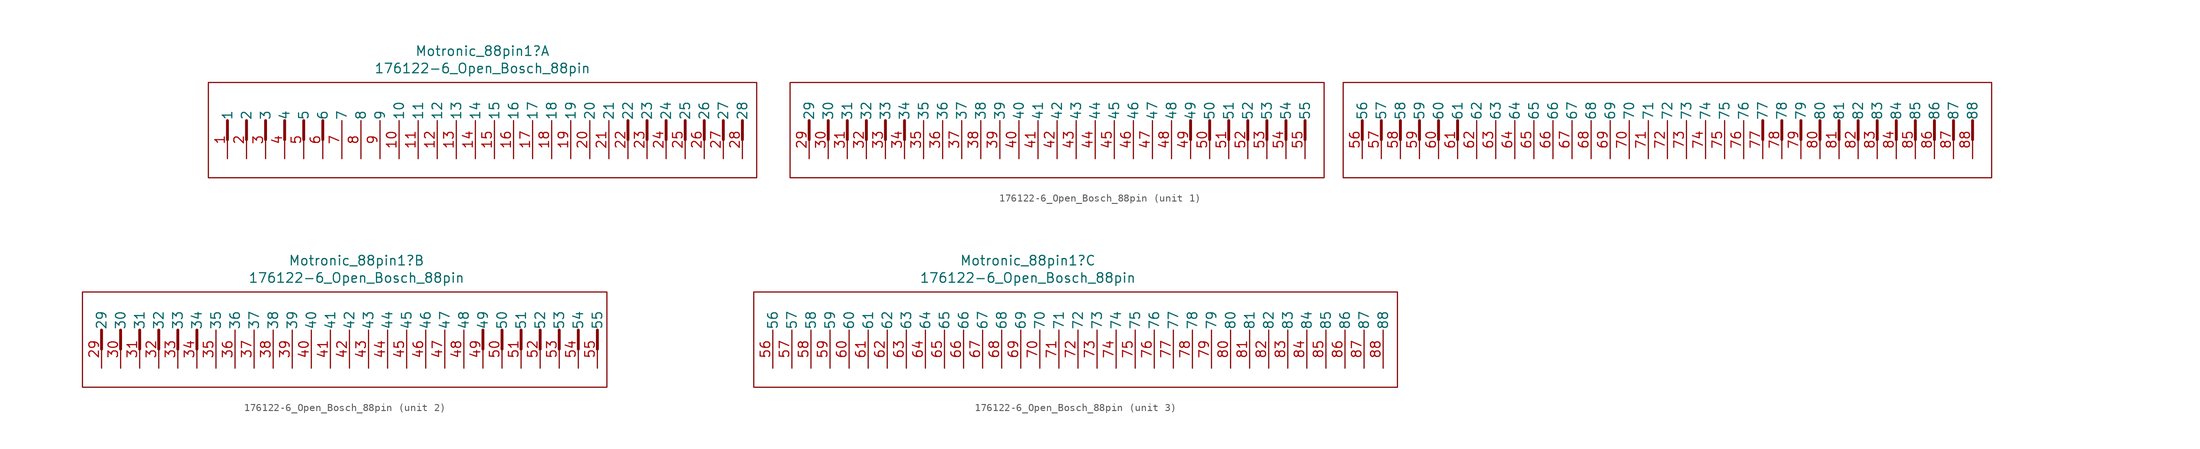
<source format=kicad_sym>
(kicad_symbol_lib
  (version 20211014)
  (generator kicad_symbol_editor)
  (symbol "176122-6_Open_Bosch_88pin"
    (pin_names
      (offset 0.025))
    (property "Reference" "Motronic_88pin1"
      (at 33.96 14.351 0)
      (effects (font (size 1.27 1.27))))
    (property "Value" "176122-6_Open_Bosch_88pin"
      (at 33.96 12.04 0)
      (effects (font (size 1.27 1.27))))
    (symbol "176122-6_Open_Bosch_88pin_1_0"
      (rectangle (start 70.485 -2.54) (end -2.54 10.16) (stroke (width 0) (type default) (color 0 0 0 0)) (fill (type none)))
      (rectangle (start 74.93 10.16) (end 146.05 -2.54) (stroke (width 0) (type default) (color 0 0 0 0)) (fill (type none)))
      (rectangle (start 148.59 10.16) (end 234.95 -2.54) (stroke (width 0) (type default) (color 0 0 0 0)) (fill (type none))))
    (symbol "176122-6_Open_Bosch_88pin_1_1"
      (polyline (pts (xy 0 2.54) (xy 0 5.08)) (stroke (width 0.381) (type default) (color 0 0 0 0)) (fill (type none)))
      (polyline (pts (xy 2.54 2.54) (xy 2.54 5.08)) (stroke (width 0.381) (type default) (color 0 0 0 0)) (fill (type none)))
      (polyline (pts (xy 5.08 2.54) (xy 5.08 5.08)) (stroke (width 0.381) (type default) (color 0 0 0 0)) (fill (type none)))
      (polyline (pts (xy 7.62 2.54) (xy 7.62 5.08)) (stroke (width 0.381) (type default) (color 0 0 0 0)) (fill (type none)))
      (polyline (pts (xy 10.16 2.54) (xy 10.16 5.08)) (stroke (width 0.381) (type default) (color 0 0 0 0)) (fill (type none)))
      (polyline (pts (xy 12.7 2.54) (xy 12.7 5.08)) (stroke (width 0.381) (type default) (color 0 0 0 0)) (fill (type none)))
      (polyline (pts (xy 53.34 2.54) (xy 53.34 5.08)) (stroke (width 0.381) (type default) (color 0 0 0 0)) (fill (type none)))
      (polyline (pts (xy 55.88 2.54) (xy 55.88 5.08)) (stroke (width 0.381) (type default) (color 0 0 0 0)) (fill (type none)))
      (polyline (pts (xy 58.42 2.54) (xy 58.42 5.08)) (stroke (width 0.381) (type default) (color 0 0 0 0)) (fill (type none)))
      (polyline (pts (xy 60.96 2.54) (xy 60.96 5.08)) (stroke (width 0.381) (type default) (color 0 0 0 0)) (fill (type none)))
      (polyline (pts (xy 63.5 2.54) (xy 63.5 5.08)) (stroke (width 0.381) (type default) (color 0 0 0 0)) (fill (type none)))
      (polyline (pts (xy 66.04 2.54) (xy 66.04 5.08)) (stroke (width 0.381) (type default) (color 0 0 0 0)) (fill (type none)))
      (polyline (pts (xy 68.58 2.54) (xy 68.58 5.08)) (stroke (width 0.381) (type default) (color 0 0 0 0)) (fill (type none)))
      (polyline (pts (xy 77.47 2.54) (xy 77.47 5.08)) (stroke (width 0.381) (type default) (color 0 0 0 0)) (fill (type none)))
      (polyline (pts (xy 80.01 2.54) (xy 80.01 5.08)) (stroke (width 0.381) (type default) (color 0 0 0 0)) (fill (type none)))
      (polyline (pts (xy 82.55 2.54) (xy 82.55 5.08)) (stroke (width 0.381) (type default) (color 0 0 0 0)) (fill (type none)))
      (polyline (pts (xy 85.09 2.54) (xy 85.09 5.08)) (stroke (width 0.381) (type default) (color 0 0 0 0)) (fill (type none)))
      (polyline (pts (xy 87.63 2.54) (xy 87.63 5.08)) (stroke (width 0.381) (type default) (color 0 0 0 0)) (fill (type none)))
      (polyline (pts (xy 90.17 2.54) (xy 90.17 5.08)) (stroke (width 0.381) (type default) (color 0 0 0 0)) (fill (type none)))
      (polyline (pts (xy 128.27 2.54) (xy 128.27 5.08)) (stroke (width 0.381) (type default) (color 0 0 0 0)) (fill (type none)))
      (polyline (pts (xy 130.81 2.54) (xy 130.81 5.08)) (stroke (width 0.381) (type default) (color 0 0 0 0)) (fill (type none)))
      (polyline (pts (xy 133.35 2.54) (xy 133.35 5.08)) (stroke (width 0.381) (type default) (color 0 0 0 0)) (fill (type none)))
      (polyline (pts (xy 135.89 2.54) (xy 135.89 5.08)) (stroke (width 0.381) (type default) (color 0 0 0 0)) (fill (type none)))
      (polyline (pts (xy 138.43 2.54) (xy 138.43 5.08)) (stroke (width 0.381) (type default) (color 0 0 0 0)) (fill (type none)))
      (polyline (pts (xy 140.97 2.54) (xy 140.97 5.08)) (stroke (width 0.381) (type default) (color 0 0 0 0)) (fill (type none)))
      (polyline (pts (xy 143.51 2.54) (xy 143.51 5.08)) (stroke (width 0.381) (type default) (color 0 0 0 0)) (fill (type none)))
      (polyline (pts (xy 151.13 2.54) (xy 151.13 5.08)) (stroke (width 0.381) (type default) (color 0 0 0 0)) (fill (type none)))
      (polyline (pts (xy 153.67 2.54) (xy 153.67 5.08)) (stroke (width 0.381) (type default) (color 0 0 0 0)) (fill (type none)))
      (polyline (pts (xy 156.21 2.54) (xy 156.21 5.08)) (stroke (width 0.381) (type default) (color 0 0 0 0)) (fill (type none)))
      (polyline (pts (xy 158.75 2.54) (xy 158.75 5.08)) (stroke (width 0.381) (type default) (color 0 0 0 0)) (fill (type none)))
      (polyline (pts (xy 161.29 2.54) (xy 161.29 5.08)) (stroke (width 0.381) (type default) (color 0 0 0 0)) (fill (type none)))
      (polyline (pts (xy 163.83 2.54) (xy 163.83 5.08)) (stroke (width 0.381) (type default) (color 0 0 0 0)) (fill (type none)))
      (polyline (pts (xy 204.47 2.54) (xy 204.47 5.08)) (stroke (width 0.381) (type default) (color 0 0 0 0)) (fill (type none)))
      (polyline (pts (xy 207.01 2.54) (xy 207.01 5.08)) (stroke (width 0.381) (type default) (color 0 0 0 0)) (fill (type none)))
      (polyline (pts (xy 209.55 2.54) (xy 209.55 5.08)) (stroke (width 0.381) (type default) (color 0 0 0 0)) (fill (type none)))
      (polyline (pts (xy 212.09 2.54) (xy 212.09 5.08)) (stroke (width 0.381) (type default) (color 0 0 0 0)) (fill (type none)))
      (polyline (pts (xy 214.63 2.54) (xy 214.63 5.08)) (stroke (width 0.381) (type default) (color 0 0 0 0)) (fill (type none)))
      (polyline (pts (xy 217.17 2.54) (xy 217.17 5.08)) (stroke (width 0.381) (type default) (color 0 0 0 0)) (fill (type none)))
      (polyline (pts (xy 219.71 2.54) (xy 219.71 5.08)) (stroke (width 0.381) (type default) (color 0 0 0 0)) (fill (type none)))
      (polyline (pts (xy 222.25 2.54) (xy 222.25 5.08)) (stroke (width 0.381) (type default) (color 0 0 0 0)) (fill (type none)))
      (polyline (pts (xy 224.79 2.54) (xy 224.79 5.08)) (stroke (width 0.381) (type default) (color 0 0 0 0)) (fill (type none)))
      (polyline (pts (xy 227.33 2.54) (xy 227.33 5.08)) (stroke (width 0.381) (type default) (color 0 0 0 0)) (fill (type none)))
      (polyline (pts (xy 229.87 2.54) (xy 229.87 5.08)) (stroke (width 0.381) (type default) (color 0 0 0 0)) (fill (type none)))
      (polyline (pts (xy 232.41 2.54) (xy 232.41 5.08)) (stroke (width 0.381) (type default) (color 0 0 0 0)) (fill (type none)))
      (pin passive line (at 0 0 90) (length 5.08) (name "1" (effects (font (size 1.27 1.27)))) (number "1" (effects (font (size 1.27 1.27)))))
      (pin passive line (at 22.86 0 90) (length 5.08) (name "10" (effects (font (size 1.27 1.27)))) (number "10" (effects (font (size 1.27 1.27)))))
      (pin passive line (at 25.4 0 90) (length 5.08) (name "11" (effects (font (size 1.27 1.27)))) (number "11" (effects (font (size 1.27 1.27)))))
      (pin passive line (at 27.94 0 90) (length 5.08) (name "12" (effects (font (size 1.27 1.27)))) (number "12" (effects (font (size 1.27 1.27)))))
      (pin passive line (at 30.48 0 90) (length 5.08) (name "13" (effects (font (size 1.27 1.27)))) (number "13" (effects (font (size 1.27 1.27)))))
      (pin passive line (at 33.02 0 90) (length 5.08) (name "14" (effects (font (size 1.27 1.27)))) (number "14" (effects (font (size 1.27 1.27)))))
      (pin passive line (at 35.56 0 90) (length 5.08) (name "15" (effects (font (size 1.27 1.27)))) (number "15" (effects (font (size 1.27 1.27)))))
      (pin passive line (at 38.1 0 90) (length 5.08) (name "16" (effects (font (size 1.27 1.27)))) (number "16" (effects (font (size 1.27 1.27)))))
      (pin passive line (at 40.64 0 90) (length 5.08) (name "17" (effects (font (size 1.27 1.27)))) (number "17" (effects (font (size 1.27 1.27)))))
      (pin passive line (at 43.18 0 90) (length 5.08) (name "18" (effects (font (size 1.27 1.27)))) (number "18" (effects (font (size 1.27 1.27)))))
      (pin passive line (at 45.72 0 90) (length 5.08) (name "19" (effects (font (size 1.27 1.27)))) (number "19" (effects (font (size 1.27 1.27)))))
      (pin passive line (at 2.54 0 90) (length 5.08) (name "2" (effects (font (size 1.27 1.27)))) (number "2" (effects (font (size 1.27 1.27)))))
      (pin passive line (at 48.26 0 90) (length 5.08) (name "20" (effects (font (size 1.27 1.27)))) (number "20" (effects (font (size 1.27 1.27)))))
      (pin passive line (at 50.8 0 90) (length 5.08) (name "21" (effects (font (size 1.27 1.27)))) (number "21" (effects (font (size 1.27 1.27)))))
      (pin passive line (at 53.34 0 90) (length 5.08) (name "22" (effects (font (size 1.27 1.27)))) (number "22" (effects (font (size 1.27 1.27)))))
      (pin passive line (at 55.88 0 90) (length 5.08) (name "23" (effects (font (size 1.27 1.27)))) (number "23" (effects (font (size 1.27 1.27)))))
      (pin passive line (at 58.42 0 90) (length 5.08) (name "24" (effects (font (size 1.27 1.27)))) (number "24" (effects (font (size 1.27 1.27)))))
      (pin passive line (at 60.96 0 90) (length 5.08) (name "25" (effects (font (size 1.27 1.27)))) (number "25" (effects (font (size 1.27 1.27)))))
      (pin passive line (at 63.5 0 90) (length 5.08) (name "26" (effects (font (size 1.27 1.27)))) (number "26" (effects (font (size 1.27 1.27)))))
      (pin passive line (at 66.04 0 90) (length 5.08) (name "27" (effects (font (size 1.27 1.27)))) (number "27" (effects (font (size 1.27 1.27)))))
      (pin passive line (at 68.58 0 90) (length 5.08) (name "28" (effects (font (size 1.27 1.27)))) (number "28" (effects (font (size 1.27 1.27)))))
      (pin passive line (at 77.47 0 90) (length 5.08) (name "29" (effects (font (size 1.27 1.27)))) (number "29" (effects (font (size 1.27 1.27)))))
      (pin passive line (at 5.08 0 90) (length 5.08) (name "3" (effects (font (size 1.27 1.27)))) (number "3" (effects (font (size 1.27 1.27)))))
      (pin passive line (at 80.01 0 90) (length 5.08) (name "30" (effects (font (size 1.27 1.27)))) (number "30" (effects (font (size 1.27 1.27)))))
      (pin passive line (at 82.55 0 90) (length 5.08) (name "31" (effects (font (size 1.27 1.27)))) (number "31" (effects (font (size 1.27 1.27)))))
      (pin passive line (at 85.09 0 90) (length 5.08) (name "32" (effects (font (size 1.27 1.27)))) (number "32" (effects (font (size 1.27 1.27)))))
      (pin passive line (at 87.63 0 90) (length 5.08) (name "33" (effects (font (size 1.27 1.27)))) (number "33" (effects (font (size 1.27 1.27)))))
      (pin passive line (at 90.17 0 90) (length 5.08) (name "34" (effects (font (size 1.27 1.27)))) (number "34" (effects (font (size 1.27 1.27)))))
      (pin passive line (at 92.71 0 90) (length 5.08) (name "35" (effects (font (size 1.27 1.27)))) (number "35" (effects (font (size 1.27 1.27)))))
      (pin passive line (at 95.25 0 90) (length 5.08) (name "36" (effects (font (size 1.27 1.27)))) (number "36" (effects (font (size 1.27 1.27)))))
      (pin passive line (at 97.79 0 90) (length 5.08) (name "37" (effects (font (size 1.27 1.27)))) (number "37" (effects (font (size 1.27 1.27)))))
      (pin passive line (at 100.33 0 90) (length 5.08) (name "38" (effects (font (size 1.27 1.27)))) (number "38" (effects (font (size 1.27 1.27)))))
      (pin passive line (at 102.87 0 90) (length 5.08) (name "39" (effects (font (size 1.27 1.27)))) (number "39" (effects (font (size 1.27 1.27)))))
      (pin passive line (at 7.62 0 90) (length 5.08) (name "4" (effects (font (size 1.27 1.27)))) (number "4" (effects (font (size 1.27 1.27)))))
      (pin passive line (at 105.41 0 90) (length 5.08) (name "40" (effects (font (size 1.27 1.27)))) (number "40" (effects (font (size 1.27 1.27)))))
      (pin passive line (at 107.95 0 90) (length 5.08) (name "41" (effects (font (size 1.27 1.27)))) (number "41" (effects (font (size 1.27 1.27)))))
      (pin passive line (at 110.49 0 90) (length 5.08) (name "42" (effects (font (size 1.27 1.27)))) (number "42" (effects (font (size 1.27 1.27)))))
      (pin passive line (at 113.03 0 90) (length 5.08) (name "43" (effects (font (size 1.27 1.27)))) (number "43" (effects (font (size 1.27 1.27)))))
      (pin passive line (at 115.57 0 90) (length 5.08) (name "44" (effects (font (size 1.27 1.27)))) (number "44" (effects (font (size 1.27 1.27)))))
      (pin passive line (at 118.11 0 90) (length 5.08) (name "45" (effects (font (size 1.27 1.27)))) (number "45" (effects (font (size 1.27 1.27)))))
      (pin passive line (at 120.65 0 90) (length 5.08) (name "46" (effects (font (size 1.27 1.27)))) (number "46" (effects (font (size 1.27 1.27)))))
      (pin passive line (at 123.19 0 90) (length 5.08) (name "47" (effects (font (size 1.27 1.27)))) (number "47" (effects (font (size 1.27 1.27)))))
      (pin passive line (at 125.73 0 90) (length 5.08) (name "48" (effects (font (size 1.27 1.27)))) (number "48" (effects (font (size 1.27 1.27)))))
      (pin passive line (at 128.27 0 90) (length 5.08) (name "49" (effects (font (size 1.27 1.27)))) (number "49" (effects (font (size 1.27 1.27)))))
      (pin passive line (at 10.16 0 90) (length 5.08) (name "5" (effects (font (size 1.27 1.27)))) (number "5" (effects (font (size 1.27 1.27)))))
      (pin passive line (at 130.81 0 90) (length 5.08) (name "50" (effects (font (size 1.27 1.27)))) (number "50" (effects (font (size 1.27 1.27)))))
      (pin passive line (at 133.35 0 90) (length 5.08) (name "51" (effects (font (size 1.27 1.27)))) (number "51" (effects (font (size 1.27 1.27)))))
      (pin passive line (at 135.89 0 90) (length 5.08) (name "52" (effects (font (size 1.27 1.27)))) (number "52" (effects (font (size 1.27 1.27)))))
      (pin passive line (at 138.43 0 90) (length 5.08) (name "53" (effects (font (size 1.27 1.27)))) (number "53" (effects (font (size 1.27 1.27)))))
      (pin passive line (at 140.97 0 90) (length 5.08) (name "54" (effects (font (size 1.27 1.27)))) (number "54" (effects (font (size 1.27 1.27)))))
      (pin passive line (at 143.51 0 90) (length 5.08) (name "55" (effects (font (size 1.27 1.27)))) (number "55" (effects (font (size 1.27 1.27)))))
      (pin passive line (at 151.13 0 90) (length 5.08) (name "56" (effects (font (size 1.27 1.27)))) (number "56" (effects (font (size 1.27 1.27)))))
      (pin passive line (at 153.67 0 90) (length 5.08) (name "57" (effects (font (size 1.27 1.27)))) (number "57" (effects (font (size 1.27 1.27)))))
      (pin passive line (at 156.21 0 90) (length 5.08) (name "58" (effects (font (size 1.27 1.27)))) (number "58" (effects (font (size 1.27 1.27)))))
      (pin passive line (at 158.75 0 90) (length 5.08) (name "59" (effects (font (size 1.27 1.27)))) (number "59" (effects (font (size 1.27 1.27)))))
      (pin passive line (at 12.7 0 90) (length 5.08) (name "6" (effects (font (size 1.27 1.27)))) (number "6" (effects (font (size 1.27 1.27)))))
      (pin passive line (at 161.29 0 90) (length 5.08) (name "60" (effects (font (size 1.27 1.27)))) (number "60" (effects (font (size 1.27 1.27)))))
      (pin passive line (at 163.83 0 90) (length 5.08) (name "61" (effects (font (size 1.27 1.27)))) (number "61" (effects (font (size 1.27 1.27)))))
      (pin passive line (at 166.37 0 90) (length 5.08) (name "62" (effects (font (size 1.27 1.27)))) (number "62" (effects (font (size 1.27 1.27)))))
      (pin passive line (at 168.91 0 90) (length 5.08) (name "63" (effects (font (size 1.27 1.27)))) (number "63" (effects (font (size 1.27 1.27)))))
      (pin passive line (at 171.45 0 90) (length 5.08) (name "64" (effects (font (size 1.27 1.27)))) (number "64" (effects (font (size 1.27 1.27)))))
      (pin passive line (at 173.99 0 90) (length 5.08) (name "65" (effects (font (size 1.27 1.27)))) (number "65" (effects (font (size 1.27 1.27)))))
      (pin passive line (at 176.53 0 90) (length 5.08) (name "66" (effects (font (size 1.27 1.27)))) (number "66" (effects (font (size 1.27 1.27)))))
      (pin passive line (at 179.07 0 90) (length 5.08) (name "67" (effects (font (size 1.27 1.27)))) (number "67" (effects (font (size 1.27 1.27)))))
      (pin passive line (at 181.61 0 90) (length 5.08) (name "68" (effects (font (size 1.27 1.27)))) (number "68" (effects (font (size 1.27 1.27)))))
      (pin passive line (at 184.15 0 90) (length 5.08) (name "69" (effects (font (size 1.27 1.27)))) (number "69" (effects (font (size 1.27 1.27)))))
      (pin passive line (at 15.24 0 90) (length 5.08) (name "7" (effects (font (size 1.27 1.27)))) (number "7" (effects (font (size 1.27 1.27)))))
      (pin passive line (at 186.69 0 90) (length 5.08) (name "70" (effects (font (size 1.27 1.27)))) (number "70" (effects (font (size 1.27 1.27)))))
      (pin passive line (at 189.23 0 90) (length 5.08) (name "71" (effects (font (size 1.27 1.27)))) (number "71" (effects (font (size 1.27 1.27)))))
      (pin passive line (at 191.77 0 90) (length 5.08) (name "72" (effects (font (size 1.27 1.27)))) (number "72" (effects (font (size 1.27 1.27)))))
      (pin passive line (at 194.31 0 90) (length 5.08) (name "73" (effects (font (size 1.27 1.27)))) (number "73" (effects (font (size 1.27 1.27)))))
      (pin passive line (at 196.85 0 90) (length 5.08) (name "74" (effects (font (size 1.27 1.27)))) (number "74" (effects (font (size 1.27 1.27)))))
      (pin passive line (at 199.39 0 90) (length 5.08) (name "75" (effects (font (size 1.27 1.27)))) (number "75" (effects (font (size 1.27 1.27)))))
      (pin passive line (at 201.93 0 90) (length 5.08) (name "76" (effects (font (size 1.27 1.27)))) (number "76" (effects (font (size 1.27 1.27)))))
      (pin passive line (at 204.47 0 90) (length 5.08) (name "77" (effects (font (size 1.27 1.27)))) (number "77" (effects (font (size 1.27 1.27)))))
      (pin passive line (at 207.01 0 90) (length 5.08) (name "78" (effects (font (size 1.27 1.27)))) (number "78" (effects (font (size 1.27 1.27)))))
      (pin passive line (at 209.55 0 90) (length 5.08) (name "79" (effects (font (size 1.27 1.27)))) (number "79" (effects (font (size 1.27 1.27)))))
      (pin passive line (at 17.78 0 90) (length 5.08) (name "8" (effects (font (size 1.27 1.27)))) (number "8" (effects (font (size 1.27 1.27)))))
      (pin passive line (at 212.09 0 90) (length 5.08) (name "80" (effects (font (size 1.27 1.27)))) (number "80" (effects (font (size 1.27 1.27)))))
      (pin passive line (at 214.63 0 90) (length 5.08) (name "81" (effects (font (size 1.27 1.27)))) (number "81" (effects (font (size 1.27 1.27)))))
      (pin passive line (at 217.17 0 90) (length 5.08) (name "82" (effects (font (size 1.27 1.27)))) (number "82" (effects (font (size 1.27 1.27)))))
      (pin passive line (at 219.71 0 90) (length 5.08) (name "83" (effects (font (size 1.27 1.27)))) (number "83" (effects (font (size 1.27 1.27)))))
      (pin passive line (at 222.25 0 90) (length 5.08) (name "84" (effects (font (size 1.27 1.27)))) (number "84" (effects (font (size 1.27 1.27)))))
      (pin passive line (at 224.79 0 90) (length 5.08) (name "85" (effects (font (size 1.27 1.27)))) (number "85" (effects (font (size 1.27 1.27)))))
      (pin passive line (at 227.33 0 90) (length 5.08) (name "86" (effects (font (size 1.27 1.27)))) (number "86" (effects (font (size 1.27 1.27)))))
      (pin passive line (at 229.87 0 90) (length 5.08) (name "87" (effects (font (size 1.27 1.27)))) (number "87" (effects (font (size 1.27 1.27)))))
      (pin passive line (at 232.41 0 90) (length 5.08) (name "88" (effects (font (size 1.27 1.27)))) (number "88" (effects (font (size 1.27 1.27)))))
      (pin passive line (at 20.32 0 90) (length 5.08) (name "9" (effects (font (size 1.27 1.27)))) (number "9" (effects (font (size 1.27 1.27))))))
    (symbol "176122-6_Open_Bosch_88pin_2_0"
      (rectangle (start 67.31 -2.54) (end -2.54 10.16) (stroke (width 0) (type default) (color 0 0 0 0)) (fill (type none))))
    (symbol "176122-6_Open_Bosch_88pin_2_1"
      (polyline (pts (xy 0 2.54) (xy 0 5.08)) (stroke (width 0.381) (type default) (color 0 0 0 0)) (fill (type none)))
      (polyline (pts (xy 2.54 2.54) (xy 2.54 5.08)) (stroke (width 0.381) (type default) (color 0 0 0 0)) (fill (type none)))
      (polyline (pts (xy 5.08 2.54) (xy 5.08 5.08)) (stroke (width 0.381) (type default) (color 0 0 0 0)) (fill (type none)))
      (polyline (pts (xy 7.62 2.54) (xy 7.62 5.08)) (stroke (width 0.381) (type default) (color 0 0 0 0)) (fill (type none)))
      (polyline (pts (xy 10.16 2.54) (xy 10.16 5.08)) (stroke (width 0.381) (type default) (color 0 0 0 0)) (fill (type none)))
      (polyline (pts (xy 12.7 2.54) (xy 12.7 5.08)) (stroke (width 0.381) (type default) (color 0 0 0 0)) (fill (type none)))
      (polyline (pts (xy 50.8 2.54) (xy 50.8 5.08)) (stroke (width 0.381) (type default) (color 0 0 0 0)) (fill (type none)))
      (polyline (pts (xy 53.34 2.54) (xy 53.34 5.08)) (stroke (width 0.381) (type default) (color 0 0 0 0)) (fill (type none)))
      (polyline (pts (xy 55.88 2.54) (xy 55.88 5.08)) (stroke (width 0.381) (type default) (color 0 0 0 0)) (fill (type none)))
      (polyline (pts (xy 58.42 2.54) (xy 58.42 5.08)) (stroke (width 0.381) (type default) (color 0 0 0 0)) (fill (type none)))
      (polyline (pts (xy 60.96 2.54) (xy 60.96 5.08)) (stroke (width 0.381) (type default) (color 0 0 0 0)) (fill (type none)))
      (polyline (pts (xy 63.5 2.54) (xy 63.5 5.08)) (stroke (width 0.381) (type default) (color 0 0 0 0)) (fill (type none)))
      (polyline (pts (xy 66.04 2.54) (xy 66.04 5.08)) (stroke (width 0.381) (type default) (color 0 0 0 0)) (fill (type none)))
      (pin passive line (at 0 0 90) (length 5.08) (name "29" (effects (font (size 1.27 1.27)))) (number "29" (effects (font (size 1.27 1.27)))))
      (pin passive line (at 2.54 0 90) (length 5.08) (name "30" (effects (font (size 1.27 1.27)))) (number "30" (effects (font (size 1.27 1.27)))))
      (pin passive line (at 5.08 0 90) (length 5.08) (name "31" (effects (font (size 1.27 1.27)))) (number "31" (effects (font (size 1.27 1.27)))))
      (pin passive line (at 7.62 0 90) (length 5.08) (name "32" (effects (font (size 1.27 1.27)))) (number "32" (effects (font (size 1.27 1.27)))))
      (pin passive line (at 10.16 0 90) (length 5.08) (name "33" (effects (font (size 1.27 1.27)))) (number "33" (effects (font (size 1.27 1.27)))))
      (pin passive line (at 12.7 0 90) (length 5.08) (name "34" (effects (font (size 1.27 1.27)))) (number "34" (effects (font (size 1.27 1.27)))))
      (pin passive line (at 15.24 0 90) (length 5.08) (name "35" (effects (font (size 1.27 1.27)))) (number "35" (effects (font (size 1.27 1.27)))))
      (pin passive line (at 17.78 0 90) (length 5.08) (name "36" (effects (font (size 1.27 1.27)))) (number "36" (effects (font (size 1.27 1.27)))))
      (pin passive line (at 20.32 0 90) (length 5.08) (name "37" (effects (font (size 1.27 1.27)))) (number "37" (effects (font (size 1.27 1.27)))))
      (pin passive line (at 22.86 0 90) (length 5.08) (name "38" (effects (font (size 1.27 1.27)))) (number "38" (effects (font (size 1.27 1.27)))))
      (pin passive line (at 25.4 0 90) (length 5.08) (name "39" (effects (font (size 1.27 1.27)))) (number "39" (effects (font (size 1.27 1.27)))))
      (pin passive line (at 27.94 0 90) (length 5.08) (name "40" (effects (font (size 1.27 1.27)))) (number "40" (effects (font (size 1.27 1.27)))))
      (pin passive line (at 30.48 0 90) (length 5.08) (name "41" (effects (font (size 1.27 1.27)))) (number "41" (effects (font (size 1.27 1.27)))))
      (pin passive line (at 33.02 0 90) (length 5.08) (name "42" (effects (font (size 1.27 1.27)))) (number "42" (effects (font (size 1.27 1.27)))))
      (pin passive line (at 35.56 0 90) (length 5.08) (name "43" (effects (font (size 1.27 1.27)))) (number "43" (effects (font (size 1.27 1.27)))))
      (pin passive line (at 38.1 0 90) (length 5.08) (name "44" (effects (font (size 1.27 1.27)))) (number "44" (effects (font (size 1.27 1.27)))))
      (pin passive line (at 40.64 0 90) (length 5.08) (name "45" (effects (font (size 1.27 1.27)))) (number "45" (effects (font (size 1.27 1.27)))))
      (pin passive line (at 43.18 0 90) (length 5.08) (name "46" (effects (font (size 1.27 1.27)))) (number "46" (effects (font (size 1.27 1.27)))))
      (pin passive line (at 45.72 0 90) (length 5.08) (name "47" (effects (font (size 1.27 1.27)))) (number "47" (effects (font (size 1.27 1.27)))))
      (pin passive line (at 48.26 0 90) (length 5.08) (name "48" (effects (font (size 1.27 1.27)))) (number "48" (effects (font (size 1.27 1.27)))))
      (pin passive line (at 50.8 0 90) (length 5.08) (name "49" (effects (font (size 1.27 1.27)))) (number "49" (effects (font (size 1.27 1.27)))))
      (pin passive line (at 53.34 0 90) (length 5.08) (name "50" (effects (font (size 1.27 1.27)))) (number "50" (effects (font (size 1.27 1.27)))))
      (pin passive line (at 55.88 0 90) (length 5.08) (name "51" (effects (font (size 1.27 1.27)))) (number "51" (effects (font (size 1.27 1.27)))))
      (pin passive line (at 58.42 0 90) (length 5.08) (name "52" (effects (font (size 1.27 1.27)))) (number "52" (effects (font (size 1.27 1.27)))))
      (pin passive line (at 60.96 0 90) (length 5.08) (name "53" (effects (font (size 1.27 1.27)))) (number "53" (effects (font (size 1.27 1.27)))))
      (pin passive line (at 63.5 0 90) (length 5.08) (name "54" (effects (font (size 1.27 1.27)))) (number "54" (effects (font (size 1.27 1.27)))))
      (pin passive line (at 66.04 0 90) (length 5.08) (name "55" (effects (font (size 1.27 1.27)))) (number "55" (effects (font (size 1.27 1.27))))))
    (symbol "176122-6_Open_Bosch_88pin_3_1"
      (rectangle (start 83.185 -2.54) (end -2.54 10.16) (stroke (width 0) (type default) (color 0 0 0 0)) (fill (type none)))
      (pin passive line (at 0 0 90) (length 5.08) (name "56" (effects (font (size 1.27 1.27)))) (number "56" (effects (font (size 1.27 1.27)))))
      (pin passive line (at 2.54 0 90) (length 5.08) (name "57" (effects (font (size 1.27 1.27)))) (number "57" (effects (font (size 1.27 1.27)))))
      (pin passive line (at 5.08 0 90) (length 5.08) (name "58" (effects (font (size 1.27 1.27)))) (number "58" (effects (font (size 1.27 1.27)))))
      (pin passive line (at 7.62 0 90) (length 5.08) (name "59" (effects (font (size 1.27 1.27)))) (number "59" (effects (font (size 1.27 1.27)))))
      (pin passive line (at 10.16 0 90) (length 5.08) (name "60" (effects (font (size 1.27 1.27)))) (number "60" (effects (font (size 1.27 1.27)))))
      (pin passive line (at 12.7 0 90) (length 5.08) (name "61" (effects (font (size 1.27 1.27)))) (number "61" (effects (font (size 1.27 1.27)))))
      (pin passive line (at 15.24 0 90) (length 5.08) (name "62" (effects (font (size 1.27 1.27)))) (number "62" (effects (font (size 1.27 1.27)))))
      (pin passive line (at 17.78 0 90) (length 5.08) (name "63" (effects (font (size 1.27 1.27)))) (number "63" (effects (font (size 1.27 1.27)))))
      (pin passive line (at 20.32 0 90) (length 5.08) (name "64" (effects (font (size 1.27 1.27)))) (number "64" (effects (font (size 1.27 1.27)))))
      (pin passive line (at 22.86 0 90) (length 5.08) (name "65" (effects (font (size 1.27 1.27)))) (number "65" (effects (font (size 1.27 1.27)))))
      (pin passive line (at 25.4 0 90) (length 5.08) (name "66" (effects (font (size 1.27 1.27)))) (number "66" (effects (font (size 1.27 1.27)))))
      (pin passive line (at 27.94 0 90) (length 5.08) (name "67" (effects (font (size 1.27 1.27)))) (number "67" (effects (font (size 1.27 1.27)))))
      (pin passive line (at 30.48 0 90) (length 5.08) (name "68" (effects (font (size 1.27 1.27)))) (number "68" (effects (font (size 1.27 1.27)))))
      (pin passive line (at 33.02 0 90) (length 5.08) (name "69" (effects (font (size 1.27 1.27)))) (number "69" (effects (font (size 1.27 1.27)))))
      (pin passive line (at 35.56 0 90) (length 5.08) (name "70" (effects (font (size 1.27 1.27)))) (number "70" (effects (font (size 1.27 1.27)))))
      (pin passive line (at 38.1 0 90) (length 5.08) (name "71" (effects (font (size 1.27 1.27)))) (number "71" (effects (font (size 1.27 1.27)))))
      (pin passive line (at 40.64 0 90) (length 5.08) (name "72" (effects (font (size 1.27 1.27)))) (number "72" (effects (font (size 1.27 1.27)))))
      (pin passive line (at 43.18 0 90) (length 5.08) (name "73" (effects (font (size 1.27 1.27)))) (number "73" (effects (font (size 1.27 1.27)))))
      (pin passive line (at 45.72 0 90) (length 5.08) (name "74" (effects (font (size 1.27 1.27)))) (number "74" (effects (font (size 1.27 1.27)))))
      (pin passive line (at 48.26 0 90) (length 5.08) (name "75" (effects (font (size 1.27 1.27)))) (number "75" (effects (font (size 1.27 1.27)))))
      (pin passive line (at 50.8 0 90) (length 5.08) (name "76" (effects (font (size 1.27 1.27)))) (number "76" (effects (font (size 1.27 1.27)))))
      (pin passive line (at 53.34 0 90) (length 5.08) (name "77" (effects (font (size 1.27 1.27)))) (number "77" (effects (font (size 1.27 1.27)))))
      (pin passive line (at 55.88 0 90) (length 5.08) (name "78" (effects (font (size 1.27 1.27)))) (number "78" (effects (font (size 1.27 1.27)))))
      (pin passive line (at 58.42 0 90) (length 5.08) (name "79" (effects (font (size 1.27 1.27)))) (number "79" (effects (font (size 1.27 1.27)))))
      (pin passive line (at 60.96 0 90) (length 5.08) (name "80" (effects (font (size 1.27 1.27)))) (number "80" (effects (font (size 1.27 1.27)))))
      (pin passive line (at 63.5 0 90) (length 5.08) (name "81" (effects (font (size 1.27 1.27)))) (number "81" (effects (font (size 1.27 1.27)))))
      (pin passive line (at 66.04 0 90) (length 5.08) (name "82" (effects (font (size 1.27 1.27)))) (number "82" (effects (font (size 1.27 1.27)))))
      (pin passive line (at 68.58 0 90) (length 5.08) (name "83" (effects (font (size 1.27 1.27)))) (number "83" (effects (font (size 1.27 1.27)))))
      (pin passive line (at 71.12 0 90) (length 5.08) (name "84" (effects (font (size 1.27 1.27)))) (number "84" (effects (font (size 1.27 1.27)))))
      (pin passive line (at 73.66 0 90) (length 5.08) (name "85" (effects (font (size 1.27 1.27)))) (number "85" (effects (font (size 1.27 1.27)))))
      (pin passive line (at 76.2 0 90) (length 5.08) (name "86" (effects (font (size 1.27 1.27)))) (number "86" (effects (font (size 1.27 1.27)))))
      (pin passive line (at 78.74 0 90) (length 5.08) (name "87" (effects (font (size 1.27 1.27)))) (number "87" (effects (font (size 1.27 1.27)))))
      (pin passive line (at 81.28 0 90) (length 5.08) (name "88" (effects (font (size 1.27 1.27)))) (number "88" (effects (font (size 1.27 1.27))))))))
</source>
